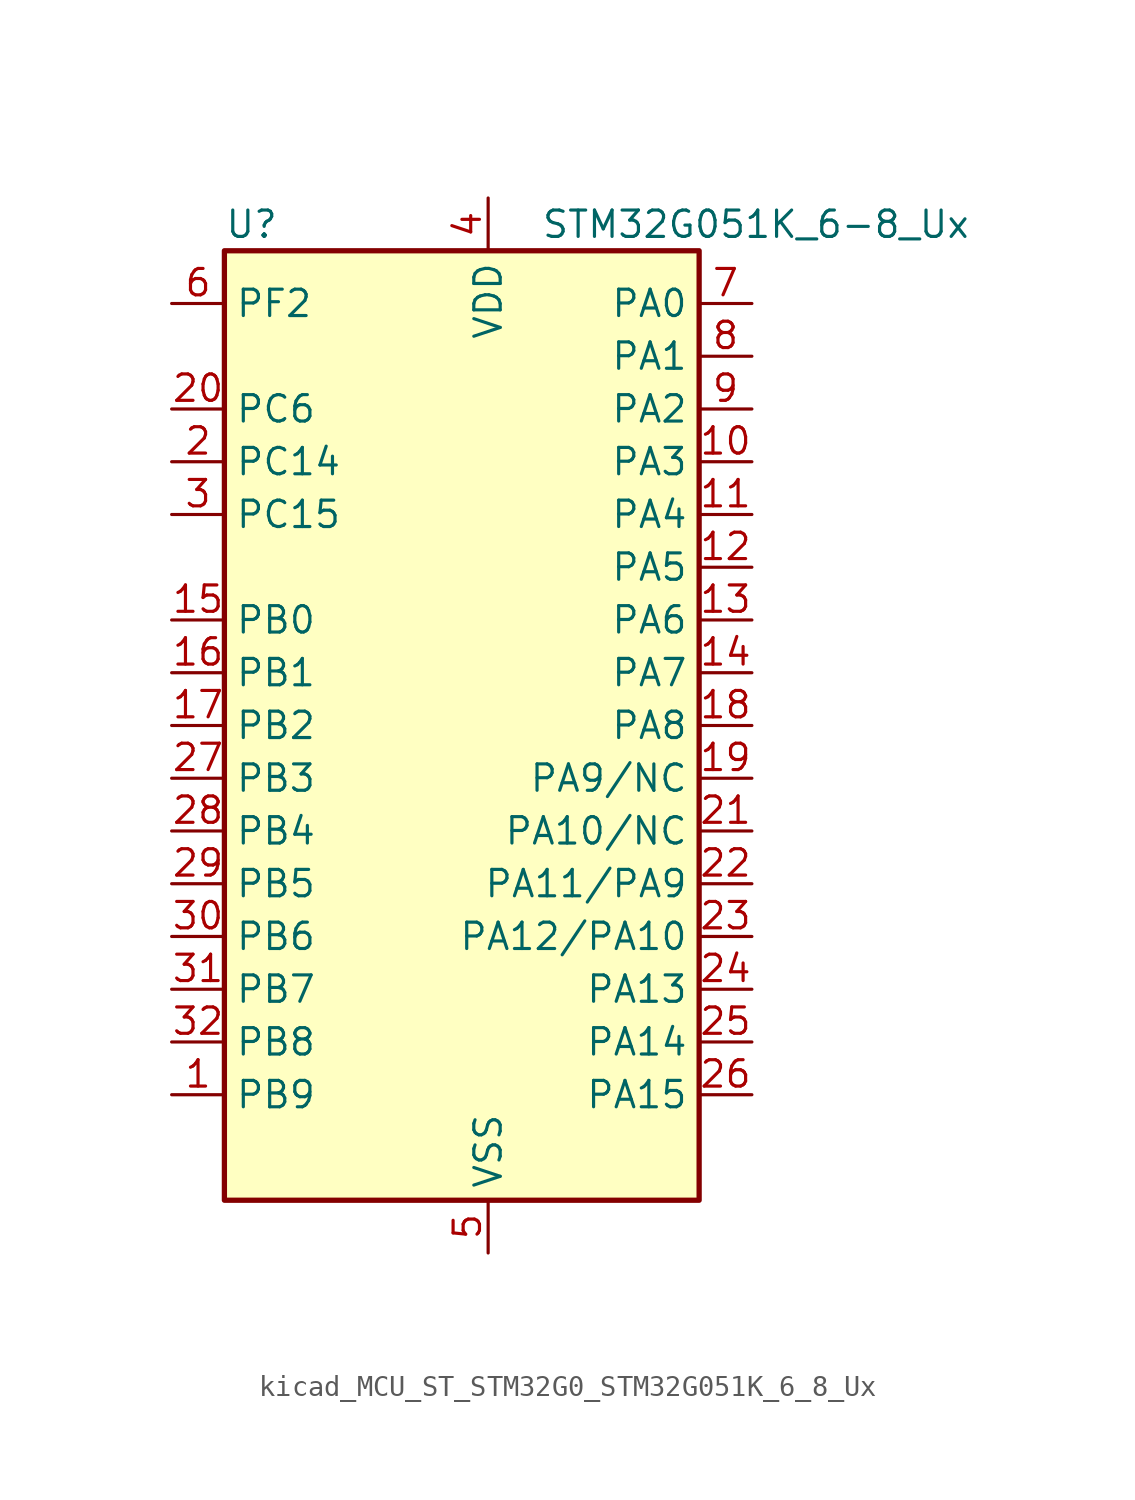
<source format=kicad_sym>
(kicad_symbol_lib
  (version 20220914)
  (generator kicad_symbol_editor)
  (symbol "kicad_MCU_ST_STM32G0_STM32G051K_6_8_Ux"
    (property "Reference" "U"
      (at -10.16 24.13 0)
      (effects (font (size 1.27 1.27)) (justify left)))
    (property "Value" "STM32G051K_6-8_Ux"
      (at 5.08 24.13 0)
      (effects (font (size 1.27 1.27)) (justify left)))
    (property "ki_locked" ""
      (at 0 0 0)
      (effects (font (size 1.27 1.27))))
    (symbol "kicad_MCU_ST_STM32G0_STM32G051K_6_8_Ux_0_1"
      (rectangle (start -10.16 -22.86) (end 12.7 22.86) (stroke (width 0.254) (type default)) (fill (type background))))
    (symbol "kicad_MCU_ST_STM32G0_STM32G051K_6_8_Ux_1_1"
      (pin bidirectional line (at -12.7 -17.78 0) (length 2.54) (name "PB9" (effects (font (size 1.27 1.27)))) (number "1" (effects (font (size 1.27 1.27)))) (alternate "DAC1_EXTI9" bidirectional line) (alternate "I2C1_SDA" bidirectional line) (alternate "IR_OUT" bidirectional line) (alternate "SPI2_NSS" bidirectional line) (alternate "TIM17_CH1" bidirectional line))
      (pin bidirectional line (at 15.24 12.7 180) (length 2.54) (name "PA3" (effects (font (size 1.27 1.27)))) (number "10" (effects (font (size 1.27 1.27)))) (alternate "ADC1_IN3" bidirectional line) (alternate "COMP2_INP" bidirectional line) (alternate "LPUART1_RX" bidirectional line) (alternate "SPI2_MISO" bidirectional line) (alternate "TIM15_CH2" bidirectional line) (alternate "TIM2_CH4" bidirectional line) (alternate "USART2_RX" bidirectional line))
      (pin bidirectional line (at 15.24 10.16 180) (length 2.54) (name "PA4" (effects (font (size 1.27 1.27)))) (number "11" (effects (font (size 1.27 1.27)))) (alternate "ADC1_IN4" bidirectional line) (alternate "DAC1_OUT1" bidirectional line) (alternate "I2S1_WS" bidirectional line) (alternate "LPTIM2_OUT" bidirectional line) (alternate "RTC_OUT1" bidirectional line) (alternate "RTC_TAMP_IN1" bidirectional line) (alternate "RTC_TS" bidirectional line) (alternate "SPI1_NSS" bidirectional line) (alternate "SPI2_MOSI" bidirectional line) (alternate "SYS_WKUP2" bidirectional line) (alternate "TIM14_CH1" bidirectional line))
      (pin bidirectional line (at 15.24 7.62 180) (length 2.54) (name "PA5" (effects (font (size 1.27 1.27)))) (number "12" (effects (font (size 1.27 1.27)))) (alternate "ADC1_IN5" bidirectional line) (alternate "DAC1_OUT2" bidirectional line) (alternate "I2S1_CK" bidirectional line) (alternate "LPTIM2_ETR" bidirectional line) (alternate "SPI1_SCK" bidirectional line) (alternate "TIM2_CH1" bidirectional line) (alternate "TIM2_ETR" bidirectional line))
      (pin bidirectional line (at 15.24 5.08 180) (length 2.54) (name "PA6" (effects (font (size 1.27 1.27)))) (number "13" (effects (font (size 1.27 1.27)))) (alternate "ADC1_IN6" bidirectional line) (alternate "COMP1_OUT" bidirectional line) (alternate "I2S1_MCK" bidirectional line) (alternate "LPUART1_CTS" bidirectional line) (alternate "SPI1_MISO" bidirectional line) (alternate "TIM16_CH1" bidirectional line) (alternate "TIM1_BK" bidirectional line) (alternate "TIM3_CH1" bidirectional line))
      (pin bidirectional line (at 15.24 2.54 180) (length 2.54) (name "PA7" (effects (font (size 1.27 1.27)))) (number "14" (effects (font (size 1.27 1.27)))) (alternate "ADC1_IN7" bidirectional line) (alternate "COMP2_OUT" bidirectional line) (alternate "I2S1_SD" bidirectional line) (alternate "SPI1_MOSI" bidirectional line) (alternate "TIM14_CH1" bidirectional line) (alternate "TIM17_CH1" bidirectional line) (alternate "TIM1_CH1N" bidirectional line) (alternate "TIM3_CH2" bidirectional line))
      (pin bidirectional line (at -12.7 5.08 0) (length 2.54) (name "PB0" (effects (font (size 1.27 1.27)))) (number "15" (effects (font (size 1.27 1.27)))) (alternate "ADC1_IN8" bidirectional line) (alternate "COMP1_OUT" bidirectional line) (alternate "I2S1_WS" bidirectional line) (alternate "LPTIM1_OUT" bidirectional line) (alternate "SPI1_NSS" bidirectional line) (alternate "TIM1_CH2N" bidirectional line) (alternate "TIM3_CH3" bidirectional line))
      (pin bidirectional line (at -12.7 2.54 0) (length 2.54) (name "PB1" (effects (font (size 1.27 1.27)))) (number "16" (effects (font (size 1.27 1.27)))) (alternate "ADC1_IN9" bidirectional line) (alternate "COMP1_INM" bidirectional line) (alternate "LPTIM2_IN1" bidirectional line) (alternate "LPUART1_DE" bidirectional line) (alternate "LPUART1_RTS" bidirectional line) (alternate "TIM14_CH1" bidirectional line) (alternate "TIM1_CH3N" bidirectional line) (alternate "TIM3_CH4" bidirectional line))
      (pin bidirectional line (at -12.7 0 0) (length 2.54) (name "PB2" (effects (font (size 1.27 1.27)))) (number "17" (effects (font (size 1.27 1.27)))) (alternate "ADC1_IN10" bidirectional line) (alternate "COMP1_INP" bidirectional line) (alternate "LPTIM1_OUT" bidirectional line) (alternate "SPI2_MISO" bidirectional line))
      (pin bidirectional line (at 15.24 0 180) (length 2.54) (name "PA8" (effects (font (size 1.27 1.27)))) (number "18" (effects (font (size 1.27 1.27)))) (alternate "LPTIM2_OUT" bidirectional line) (alternate "RCC_MCO" bidirectional line) (alternate "SPI2_NSS" bidirectional line) (alternate "TIM1_CH1" bidirectional line))
      (pin bidirectional line (at 15.24 -2.54 180) (length 2.54) (name "PA9/NC" (effects (font (size 1.27 1.27)))) (number "19" (effects (font (size 1.27 1.27)))) (alternate "DAC1_EXTI9" bidirectional line) (alternate "I2C1_SCL" bidirectional line) (alternate "RCC_MCO" bidirectional line) (alternate "SPI2_MISO" bidirectional line) (alternate "TIM15_BK" bidirectional line) (alternate "TIM1_CH2" bidirectional line) (alternate "USART1_TX" bidirectional line))
      (pin bidirectional line (at -12.7 12.7 0) (length 2.54) (name "PC14" (effects (font (size 1.27 1.27)))) (number "2" (effects (font (size 1.27 1.27)))) (alternate "RCC_OSC32_IN" bidirectional line) (alternate "RCC_OSC_IN" bidirectional line) (alternate "TIM1_BK2" bidirectional line))
      (pin bidirectional line (at -12.7 15.24 0) (length 2.54) (name "PC6" (effects (font (size 1.27 1.27)))) (number "20" (effects (font (size 1.27 1.27)))) (alternate "TIM2_CH3" bidirectional line) (alternate "TIM3_CH1" bidirectional line))
      (pin bidirectional line (at 15.24 -5.08 180) (length 2.54) (name "PA10/NC" (effects (font (size 1.27 1.27)))) (number "21" (effects (font (size 1.27 1.27)))) (alternate "I2C1_SDA" bidirectional line) (alternate "SPI2_MOSI" bidirectional line) (alternate "TIM17_BK" bidirectional line) (alternate "TIM1_CH3" bidirectional line) (alternate "USART1_RX" bidirectional line))
      (pin bidirectional line (at 15.24 -7.62 180) (length 2.54) (name "PA11/PA9" (effects (font (size 1.27 1.27)))) (number "22" (effects (font (size 1.27 1.27)))) (alternate "ADC1_EXTI11" bidirectional line) (alternate "ADC1_IN15" bidirectional line) (alternate "COMP1_OUT" bidirectional line) (alternate "I2C2_SCL" bidirectional line) (alternate "I2S1_MCK" bidirectional line) (alternate "SPI1_MISO" bidirectional line) (alternate "TIM1_BK2" bidirectional line) (alternate "TIM1_CH4" bidirectional line) (alternate "USART1_CTS" bidirectional line) (alternate "USART1_NSS" bidirectional line))
      (pin bidirectional line (at 15.24 -10.16 180) (length 2.54) (name "PA12/PA10" (effects (font (size 1.27 1.27)))) (number "23" (effects (font (size 1.27 1.27)))) (alternate "ADC1_IN16" bidirectional line) (alternate "COMP2_OUT" bidirectional line) (alternate "I2C2_SDA" bidirectional line) (alternate "I2S1_SD" bidirectional line) (alternate "I2S_CKIN" bidirectional line) (alternate "SPI1_MOSI" bidirectional line) (alternate "TIM1_ETR" bidirectional line) (alternate "USART1_CK" bidirectional line) (alternate "USART1_DE" bidirectional line) (alternate "USART1_RTS" bidirectional line))
      (pin bidirectional line (at 15.24 -12.7 180) (length 2.54) (name "PA13" (effects (font (size 1.27 1.27)))) (number "24" (effects (font (size 1.27 1.27)))) (alternate "ADC1_IN17" bidirectional line) (alternate "IR_OUT" bidirectional line) (alternate "SYS_SWDIO" bidirectional line))
      (pin bidirectional line (at 15.24 -15.24 180) (length 2.54) (name "PA14" (effects (font (size 1.27 1.27)))) (number "25" (effects (font (size 1.27 1.27)))) (alternate "ADC1_IN18" bidirectional line) (alternate "SYS_SWCLK" bidirectional line) (alternate "USART2_TX" bidirectional line))
      (pin bidirectional line (at 15.24 -17.78 180) (length 2.54) (name "PA15" (effects (font (size 1.27 1.27)))) (number "26" (effects (font (size 1.27 1.27)))) (alternate "I2S1_WS" bidirectional line) (alternate "SPI1_NSS" bidirectional line) (alternate "TIM2_CH1" bidirectional line) (alternate "TIM2_ETR" bidirectional line) (alternate "USART2_RX" bidirectional line))
      (pin bidirectional line (at -12.7 -2.54 0) (length 2.54) (name "PB3" (effects (font (size 1.27 1.27)))) (number "27" (effects (font (size 1.27 1.27)))) (alternate "COMP2_INM" bidirectional line) (alternate "I2S1_CK" bidirectional line) (alternate "SPI1_SCK" bidirectional line) (alternate "TIM1_CH2" bidirectional line) (alternate "TIM2_CH2" bidirectional line) (alternate "USART1_CK" bidirectional line) (alternate "USART1_DE" bidirectional line) (alternate "USART1_RTS" bidirectional line))
      (pin bidirectional line (at -12.7 -5.08 0) (length 2.54) (name "PB4" (effects (font (size 1.27 1.27)))) (number "28" (effects (font (size 1.27 1.27)))) (alternate "COMP2_INP" bidirectional line) (alternate "I2S1_MCK" bidirectional line) (alternate "SPI1_MISO" bidirectional line) (alternate "TIM17_BK" bidirectional line) (alternate "TIM3_CH1" bidirectional line) (alternate "USART1_CTS" bidirectional line) (alternate "USART1_NSS" bidirectional line))
      (pin bidirectional line (at -12.7 -7.62 0) (length 2.54) (name "PB5" (effects (font (size 1.27 1.27)))) (number "29" (effects (font (size 1.27 1.27)))) (alternate "COMP2_OUT" bidirectional line) (alternate "I2C1_SMBA" bidirectional line) (alternate "I2S1_SD" bidirectional line) (alternate "LPTIM1_IN1" bidirectional line) (alternate "SPI1_MOSI" bidirectional line) (alternate "SYS_WKUP6" bidirectional line) (alternate "TIM16_BK" bidirectional line) (alternate "TIM3_CH2" bidirectional line))
      (pin bidirectional line (at -12.7 10.16 0) (length 2.54) (name "PC15" (effects (font (size 1.27 1.27)))) (number "3" (effects (font (size 1.27 1.27)))) (alternate "RCC_OSC32_EN" bidirectional line) (alternate "RCC_OSC32_OUT" bidirectional line) (alternate "RCC_OSC_EN" bidirectional line) (alternate "TIM15_BK" bidirectional line))
      (pin bidirectional line (at -12.7 -10.16 0) (length 2.54) (name "PB6" (effects (font (size 1.27 1.27)))) (number "30" (effects (font (size 1.27 1.27)))) (alternate "COMP2_INP" bidirectional line) (alternate "I2C1_SCL" bidirectional line) (alternate "LPTIM1_ETR" bidirectional line) (alternate "SPI2_MISO" bidirectional line) (alternate "TIM16_CH1N" bidirectional line) (alternate "TIM1_CH3" bidirectional line) (alternate "USART1_TX" bidirectional line))
      (pin bidirectional line (at -12.7 -12.7 0) (length 2.54) (name "PB7" (effects (font (size 1.27 1.27)))) (number "31" (effects (font (size 1.27 1.27)))) (alternate "ADC1_IN11" bidirectional line) (alternate "COMP2_INM" bidirectional line) (alternate "I2C1_SDA" bidirectional line) (alternate "LPTIM1_IN2" bidirectional line) (alternate "SPI2_MOSI" bidirectional line) (alternate "SYS_PVD_IN" bidirectional line) (alternate "TIM17_CH1N" bidirectional line) (alternate "USART1_RX" bidirectional line))
      (pin bidirectional line (at -12.7 -15.24 0) (length 2.54) (name "PB8" (effects (font (size 1.27 1.27)))) (number "32" (effects (font (size 1.27 1.27)))) (alternate "I2C1_SCL" bidirectional line) (alternate "SPI2_SCK" bidirectional line) (alternate "TIM15_BK" bidirectional line) (alternate "TIM16_CH1" bidirectional line))
      (pin passive line (at 2.54 -25.4 90) (length 2.54) hide (name "VSS" (effects (font (size 1.27 1.27)))) (number "33" (effects (font (size 1.27 1.27)))))
      (pin power_in line (at 2.54 25.4 270) (length 2.54) (name "VDD" (effects (font (size 1.27 1.27)))) (number "4" (effects (font (size 1.27 1.27)))))
      (pin power_in line (at 2.54 -25.4 90) (length 2.54) (name "VSS" (effects (font (size 1.27 1.27)))) (number "5" (effects (font (size 1.27 1.27)))))
      (pin bidirectional line (at -12.7 20.32 0) (length 2.54) (name "PF2" (effects (font (size 1.27 1.27)))) (number "6" (effects (font (size 1.27 1.27)))) (alternate "RCC_MCO" bidirectional line))
      (pin bidirectional line (at 15.24 20.32 180) (length 2.54) (name "PA0" (effects (font (size 1.27 1.27)))) (number "7" (effects (font (size 1.27 1.27)))) (alternate "ADC1_IN0" bidirectional line) (alternate "COMP1_INM" bidirectional line) (alternate "COMP1_OUT" bidirectional line) (alternate "LPTIM1_OUT" bidirectional line) (alternate "RTC_TAMP_IN2" bidirectional line) (alternate "SPI2_SCK" bidirectional line) (alternate "SYS_WKUP1" bidirectional line) (alternate "TIM2_CH1" bidirectional line) (alternate "TIM2_ETR" bidirectional line) (alternate "USART2_CTS" bidirectional line) (alternate "USART2_NSS" bidirectional line))
      (pin bidirectional line (at 15.24 17.78 180) (length 2.54) (name "PA1" (effects (font (size 1.27 1.27)))) (number "8" (effects (font (size 1.27 1.27)))) (alternate "ADC1_IN1" bidirectional line) (alternate "COMP1_INP" bidirectional line) (alternate "I2C1_SMBA" bidirectional line) (alternate "I2S1_CK" bidirectional line) (alternate "SPI1_SCK" bidirectional line) (alternate "TIM15_CH1N" bidirectional line) (alternate "TIM2_CH2" bidirectional line) (alternate "USART2_CK" bidirectional line) (alternate "USART2_DE" bidirectional line) (alternate "USART2_RTS" bidirectional line))
      (pin bidirectional line (at 15.24 15.24 180) (length 2.54) (name "PA2" (effects (font (size 1.27 1.27)))) (number "9" (effects (font (size 1.27 1.27)))) (alternate "ADC1_IN2" bidirectional line) (alternate "COMP2_INM" bidirectional line) (alternate "COMP2_OUT" bidirectional line) (alternate "I2S1_SD" bidirectional line) (alternate "LPUART1_TX" bidirectional line) (alternate "RCC_LSCO" bidirectional line) (alternate "SPI1_MOSI" bidirectional line) (alternate "SYS_WKUP4" bidirectional line) (alternate "TIM15_CH1" bidirectional line) (alternate "TIM2_CH3" bidirectional line) (alternate "USART2_TX" bidirectional line)))))
</source>
